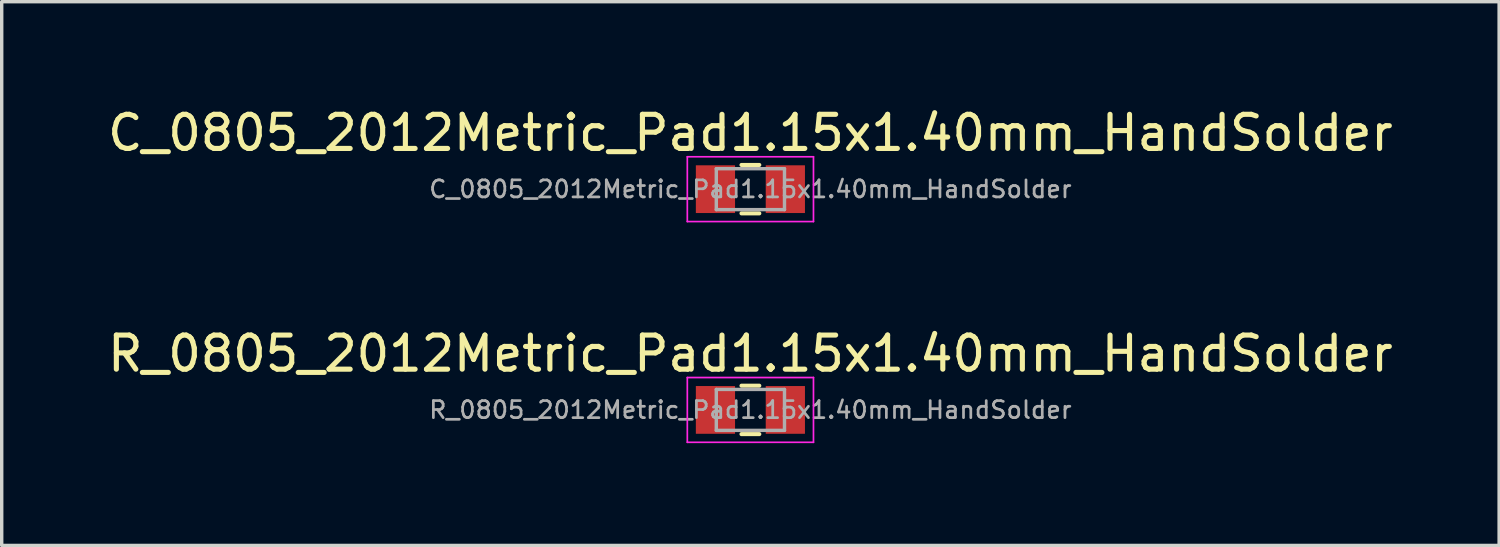
<source format=kicad_pcb>
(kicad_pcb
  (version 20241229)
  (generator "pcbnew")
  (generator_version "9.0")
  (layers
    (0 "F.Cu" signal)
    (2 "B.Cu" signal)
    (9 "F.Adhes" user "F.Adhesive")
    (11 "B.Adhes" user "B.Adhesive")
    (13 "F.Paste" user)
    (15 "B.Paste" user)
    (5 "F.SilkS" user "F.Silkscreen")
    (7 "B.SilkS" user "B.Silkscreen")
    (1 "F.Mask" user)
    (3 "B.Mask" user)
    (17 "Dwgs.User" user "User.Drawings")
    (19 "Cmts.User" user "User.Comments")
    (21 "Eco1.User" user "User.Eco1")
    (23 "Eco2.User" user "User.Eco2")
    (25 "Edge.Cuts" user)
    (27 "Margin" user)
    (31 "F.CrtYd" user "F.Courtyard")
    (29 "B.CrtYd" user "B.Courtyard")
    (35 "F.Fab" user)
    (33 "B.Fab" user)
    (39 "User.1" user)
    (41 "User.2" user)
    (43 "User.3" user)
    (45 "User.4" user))
  (footprint "R_0805_2012Metric_Pad1.15x1.40mm_HandSolder"
    (layer "F.Cu")
    (at 18.958 8.972)
    (property "Reference" "R_0805_2012Metric_Pad1.15x1.40mm_HandSolder" (at 0 -1.65 0) (layer "F.SilkS") (effects (font (size 1 1) (thickness 0.15))))
    (attr smd)
    (fp_line (start -0.261 -0.71) (end 0.261 -0.71) (stroke (width 0.12) (type solid)) (layer "F.SilkS"))
    (fp_line (start -0.261 0.71) (end 0.261 0.71) (stroke (width 0.12) (type solid)) (layer "F.SilkS"))
    (fp_line (start -1.85 -0.95) (end 1.85 -0.95) (stroke (width 0.05) (type solid)) (layer "F.CrtYd"))
    (fp_line (start -1.85 0.95) (end -1.85 -0.95) (stroke (width 0.05) (type solid)) (layer "F.CrtYd"))
    (fp_line (start 1.85 -0.95) (end 1.85 0.95) (stroke (width 0.05) (type solid)) (layer "F.CrtYd"))
    (fp_line (start 1.85 0.95) (end -1.85 0.95) (stroke (width 0.05) (type solid)) (layer "F.CrtYd"))
    (fp_line (start -1 -0.6) (end 1 -0.6) (stroke (width 0.1) (type solid)) (layer "F.Fab"))
    (fp_line (start -1 0.6) (end -1 -0.6) (stroke (width 0.1) (type solid)) (layer "F.Fab"))
    (fp_line (start 1 -0.6) (end 1 0.6) (stroke (width 0.1) (type solid)) (layer "F.Fab"))
    (fp_line (start 1 0.6) (end -1 0.6) (stroke (width 0.1) (type solid)) (layer "F.Fab"))
    (fp_text user "${REFERENCE}" (at 0 0 0) (layer "F.Fab") (effects (font (size 0.5 0.5) (thickness 0.08))))
    (pad "1" smd rect (at -1.025 0) (size 1.15 1.4) (layers "F.Cu" "F.Mask" "F.Paste"))
    (pad "2" smd rect (at 1.025 0) (size 1.15 1.4) (layers "F.Cu" "F.Mask" "F.Paste")))
  (footprint "C_0805_2012Metric_Pad1.15x1.40mm_HandSolder"
    (layer "F.Cu")
    (at 18.958 2.498)
    (property "Reference" "C_0805_2012Metric_Pad1.15x1.40mm_HandSolder" (at 0 -1.65 0) (layer "F.SilkS") (effects (font (size 1 1) (thickness 0.15))))
    (attr smd)
    (fp_line (start -0.261 -0.71) (end 0.261 -0.71) (stroke (width 0.12) (type solid)) (layer "F.SilkS"))
    (fp_line (start -0.261 0.71) (end 0.261 0.71) (stroke (width 0.12) (type solid)) (layer "F.SilkS"))
    (fp_line (start -1.85 -0.95) (end 1.85 -0.95) (stroke (width 0.05) (type solid)) (layer "F.CrtYd"))
    (fp_line (start -1.85 0.95) (end -1.85 -0.95) (stroke (width 0.05) (type solid)) (layer "F.CrtYd"))
    (fp_line (start 1.85 -0.95) (end 1.85 0.95) (stroke (width 0.05) (type solid)) (layer "F.CrtYd"))
    (fp_line (start 1.85 0.95) (end -1.85 0.95) (stroke (width 0.05) (type solid)) (layer "F.CrtYd"))
    (fp_line (start -1 -0.6) (end 1 -0.6) (stroke (width 0.1) (type solid)) (layer "F.Fab"))
    (fp_line (start -1 0.6) (end -1 -0.6) (stroke (width 0.1) (type solid)) (layer "F.Fab"))
    (fp_line (start 1 -0.6) (end 1 0.6) (stroke (width 0.1) (type solid)) (layer "F.Fab"))
    (fp_line (start 1 0.6) (end -1 0.6) (stroke (width 0.1) (type solid)) (layer "F.Fab"))
    (fp_text user "${REFERENCE}" (at 0 0 0) (layer "F.Fab") (effects (font (size 0.5 0.5) (thickness 0.08))))
    (pad "1" smd rect (at -1.025 0) (size 1.15 1.4) (layers "F.Cu" "F.Mask" "F.Paste"))
    (pad "2" smd rect (at 1.025 0) (size 1.15 1.4) (layers "F.Cu" "F.Mask" "F.Paste")))
  (gr_rect
    (start -3 -3)
    (end 40.917 12.947)
    (stroke (width 0.1) (type default))
    (fill no)
    (layer "Edge.Cuts")))
</source>
